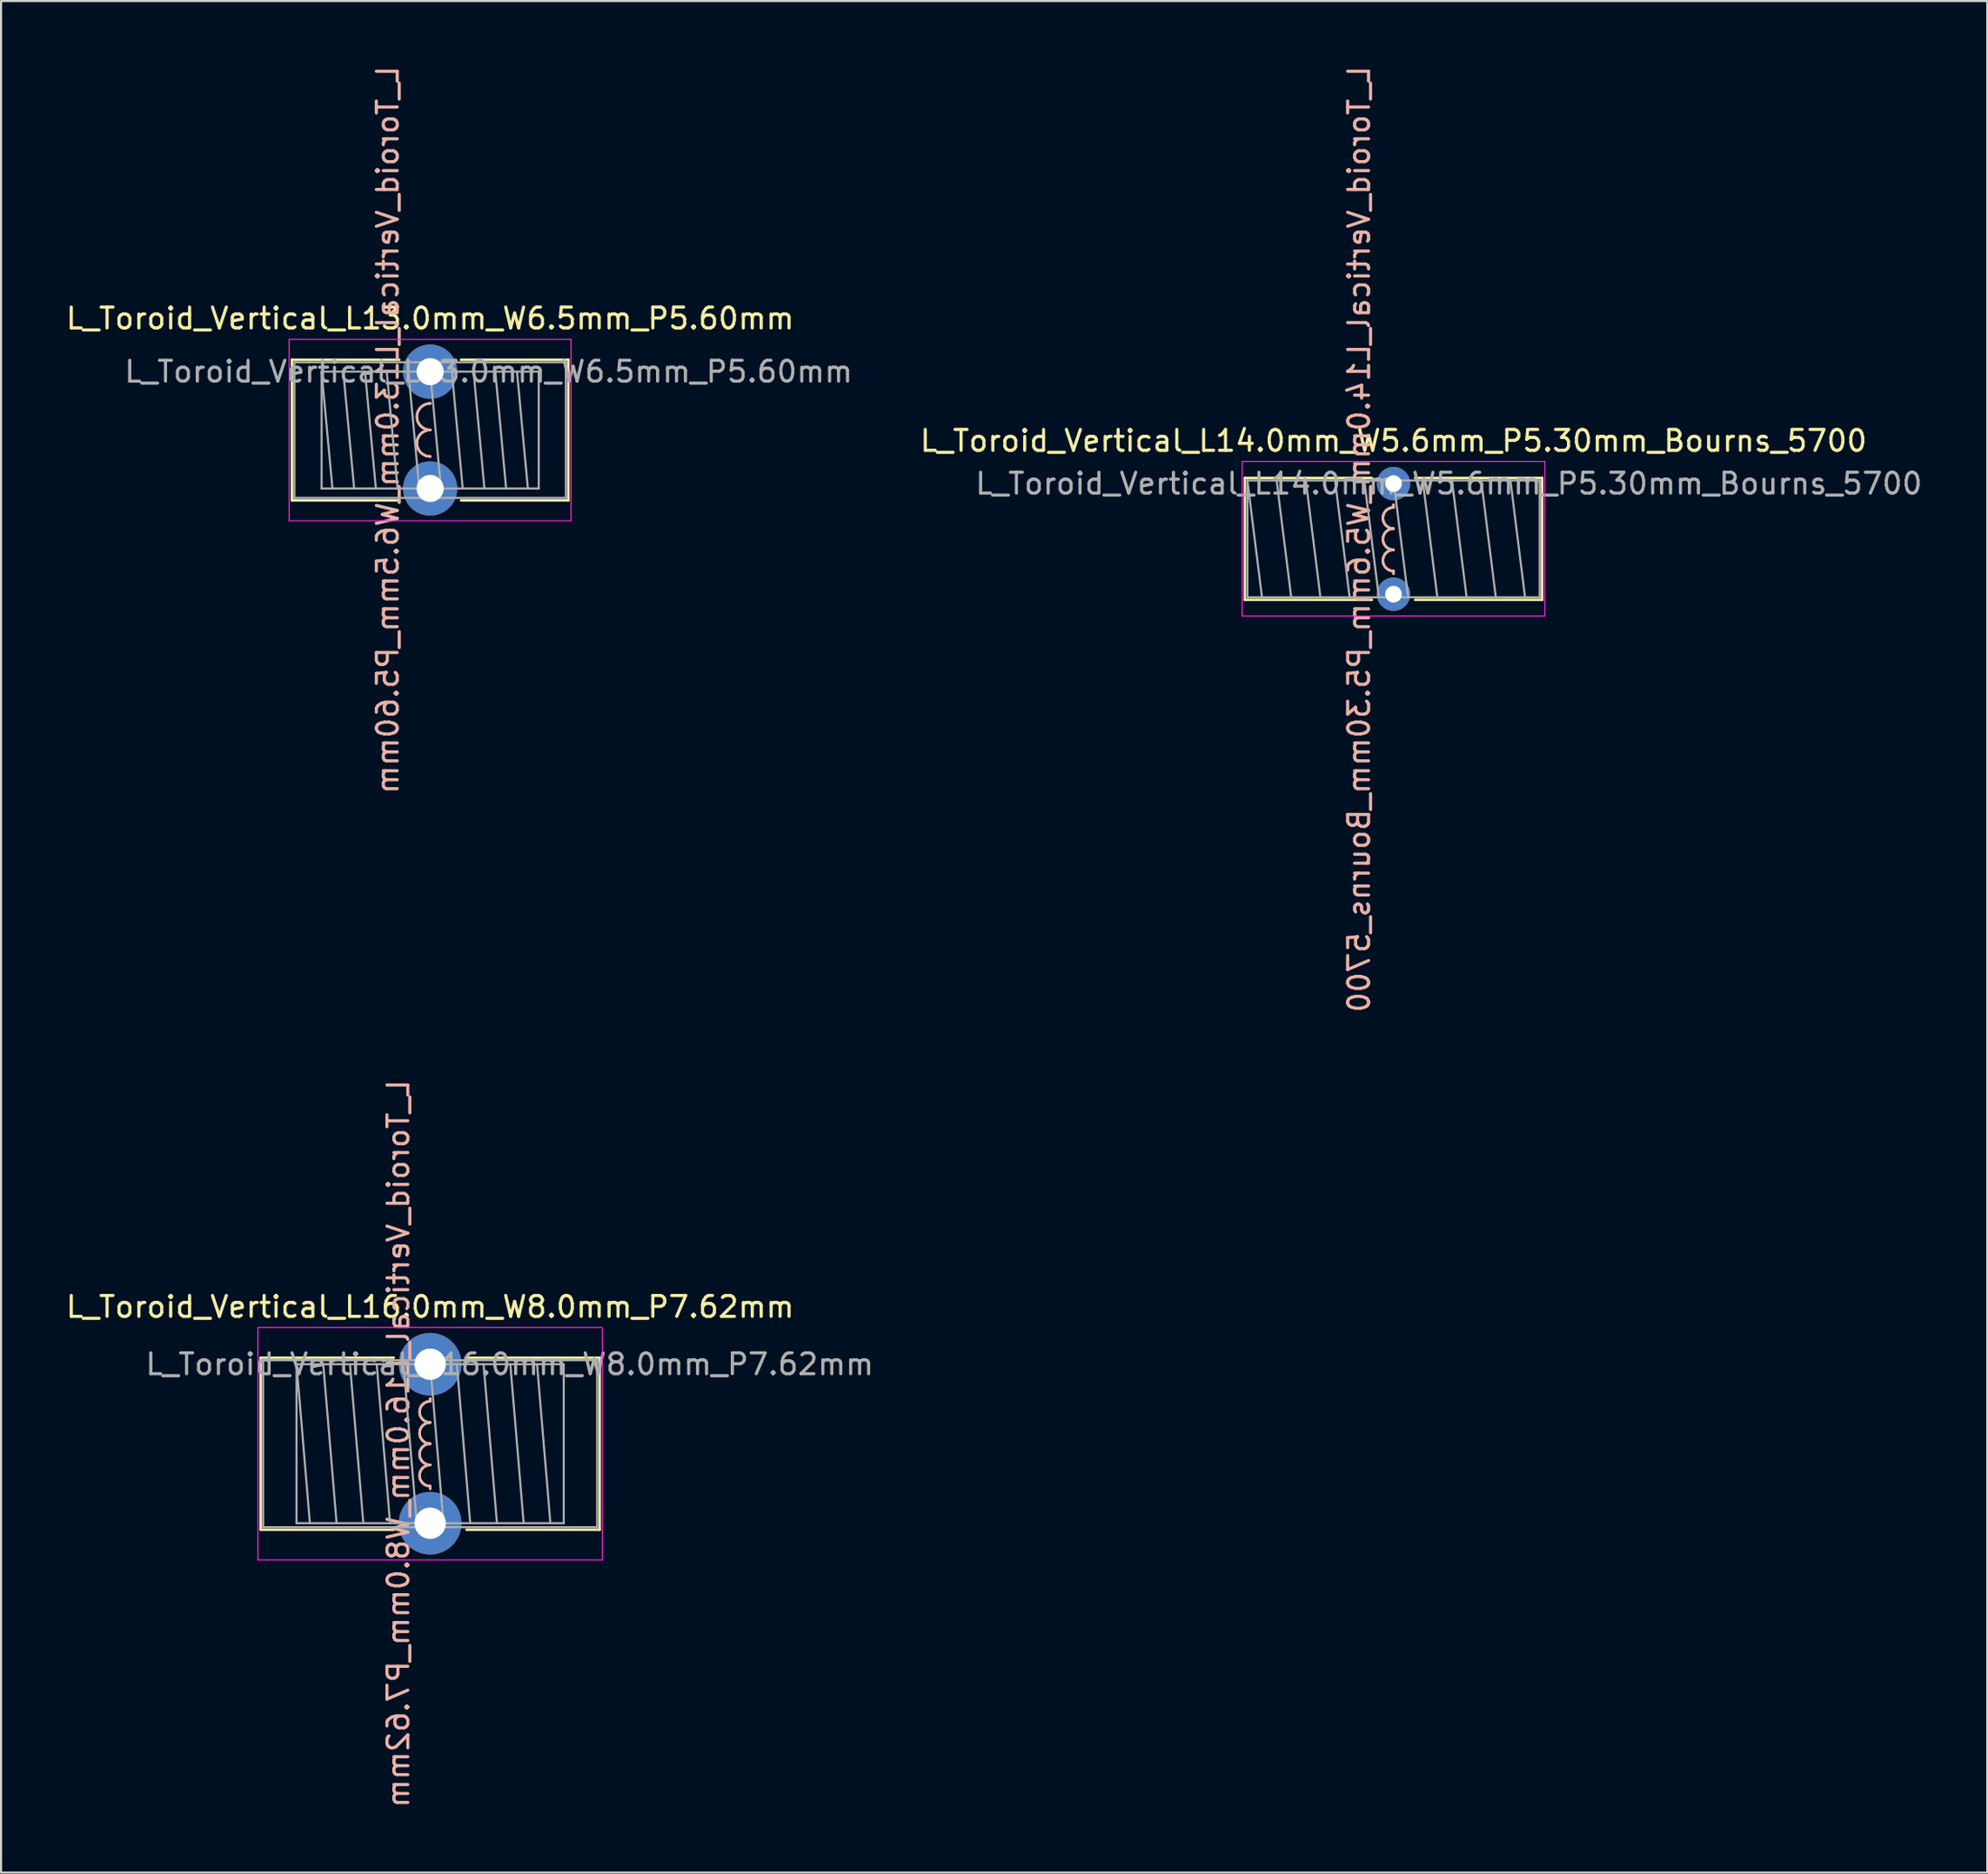
<source format=kicad_pcb>
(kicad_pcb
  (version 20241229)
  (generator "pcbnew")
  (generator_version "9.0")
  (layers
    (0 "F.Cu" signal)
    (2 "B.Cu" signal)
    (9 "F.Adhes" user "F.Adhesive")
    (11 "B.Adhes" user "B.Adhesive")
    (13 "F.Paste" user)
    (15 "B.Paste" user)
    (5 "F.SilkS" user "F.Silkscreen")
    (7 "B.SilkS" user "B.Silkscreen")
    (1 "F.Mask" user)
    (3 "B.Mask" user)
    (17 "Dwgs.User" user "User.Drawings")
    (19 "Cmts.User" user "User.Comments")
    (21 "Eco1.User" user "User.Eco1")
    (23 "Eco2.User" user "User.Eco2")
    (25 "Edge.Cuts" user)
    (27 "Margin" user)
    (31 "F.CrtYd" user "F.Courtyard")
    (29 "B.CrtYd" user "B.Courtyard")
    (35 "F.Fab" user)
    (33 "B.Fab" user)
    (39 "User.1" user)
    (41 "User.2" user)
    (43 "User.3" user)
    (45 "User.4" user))
  (footprint "L_Toroid_Vertical_L13.0mm_W6.5mm_P5.60mm"
    (layer "F.Cu")
    (at 17.554 14.76)
    (property "Reference" "L_Toroid_Vertical_L13.0mm_W6.5mm_P5.60mm" (at 0 -2.55 0) (layer "F.SilkS") (effects (font (size 1 1) (thickness 0.15))))
    (fp_line (start -6.62 -0.57) (end -6.62 6.17) (stroke (width 0.12) (type solid)) (layer "F.SilkS"))
    (fp_line (start -6.62 -0.57) (end -1.478 -0.57) (stroke (width 0.12) (type solid)) (layer "F.SilkS"))
    (fp_line (start -6.62 6.17) (end -1.478 6.17) (stroke (width 0.12) (type solid)) (layer "F.SilkS"))
    (fp_line (start 0 1.524) (end 0 1.524) (stroke (width 0.12) (type solid)) (layer "F.SilkS"))
    (fp_line (start 1.478 -0.57) (end 6.62 -0.57) (stroke (width 0.12) (type solid)) (layer "F.SilkS"))
    (fp_line (start 1.478 6.17) (end 6.62 6.17) (stroke (width 0.12) (type solid)) (layer "F.SilkS"))
    (fp_line (start 6.62 -0.57) (end 6.62 6.17) (stroke (width 0.12) (type solid)) (layer "F.SilkS"))
    (fp_arc (start 0 2.794) (mid -0.635 2.159) (end 0 1.524) (stroke (width 0.12) (type solid)) (layer "F.SilkS"))
    (fp_arc (start 0 4.064) (mid -0.635 3.429) (end 0 2.794) (stroke (width 0.12) (type solid)) (layer "F.SilkS"))
    (fp_line (start 0 4.064) (end 0 4.064) (stroke (width 0.12) (type solid)) (layer "B.SilkS"))
    (fp_arc (start 0 2.794) (mid -0.635 2.159) (end 0 1.524) (stroke (width 0.12) (type solid)) (layer "B.SilkS"))
    (fp_arc (start 0 4.064) (mid -0.635 3.429) (end 0 2.794) (stroke (width 0.12) (type solid)) (layer "B.SilkS"))
    (fp_line (start -6.75 -1.55) (end -6.75 7.15) (stroke (width 0.05) (type solid)) (layer "F.CrtYd"))
    (fp_line (start -6.75 7.15) (end 6.75 7.15) (stroke (width 0.05) (type solid)) (layer "F.CrtYd"))
    (fp_line (start 6.75 -1.55) (end -6.75 -1.55) (stroke (width 0.05) (type solid)) (layer "F.CrtYd"))
    (fp_line (start 6.75 7.15) (end 6.75 -1.55) (stroke (width 0.05) (type solid)) (layer "F.CrtYd"))
    (fp_line (start -6.5 -0.45) (end -6.5 6.05) (stroke (width 0.1) (type solid)) (layer "F.Fab"))
    (fp_line (start -6.5 6.05) (end 6.5 6.05) (stroke (width 0.1) (type solid)) (layer "F.Fab"))
    (fp_line (start -5.2 0) (end -5.2 5.6) (stroke (width 0.1) (type solid)) (layer "F.Fab"))
    (fp_line (start -5.2 0) (end -4.68 5.6) (stroke (width 0.1) (type solid)) (layer "F.Fab"))
    (fp_line (start -5.2 5.6) (end 5.2 5.6) (stroke (width 0.1) (type solid)) (layer "F.Fab"))
    (fp_line (start -4.16 0) (end -3.64 5.6) (stroke (width 0.1) (type solid)) (layer "F.Fab"))
    (fp_line (start -3.12 0) (end -2.6 5.6) (stroke (width 0.1) (type solid)) (layer "F.Fab"))
    (fp_line (start -2.08 0) (end -1.56 5.6) (stroke (width 0.1) (type solid)) (layer "F.Fab"))
    (fp_line (start -1.04 0) (end -0.52 5.6) (stroke (width 0.1) (type solid)) (layer "F.Fab"))
    (fp_line (start 0 0) (end 0.52 5.6) (stroke (width 0.1) (type solid)) (layer "F.Fab"))
    (fp_line (start 1.04 0) (end 1.56 5.6) (stroke (width 0.1) (type solid)) (layer "F.Fab"))
    (fp_line (start 2.08 0) (end 2.6 5.6) (stroke (width 0.1) (type solid)) (layer "F.Fab"))
    (fp_line (start 3.12 0) (end 3.64 5.6) (stroke (width 0.1) (type solid)) (layer "F.Fab"))
    (fp_line (start 4.16 0) (end 4.68 5.6) (stroke (width 0.1) (type solid)) (layer "F.Fab"))
    (fp_line (start 5.2 0) (end -5.2 0) (stroke (width 0.1) (type solid)) (layer "F.Fab"))
    (fp_line (start 5.2 5.6) (end 5.2 0) (stroke (width 0.1) (type solid)) (layer "F.Fab"))
    (fp_line (start 6.5 -0.45) (end -6.5 -0.45) (stroke (width 0.1) (type solid)) (layer "F.Fab"))
    (fp_line (start 6.5 6.05) (end 6.5 -0.45) (stroke (width 0.1) (type solid)) (layer "F.Fab"))
    (fp_text user "${REFERENCE}" (at -2.032 2.794 90) (layer "B.SilkS") (effects (font (size 1 1) (thickness 0.15)) (justify mirror)))
    (fp_text user "${REFERENCE}" (at 2.8 0 0) (layer "F.Fab") (effects (font (size 1 1) (thickness 0.15))))
    (pad "1" thru_hole circle (at 0 0) (size 2.6 2.6) (drill 1.3) (layers "*.Cu" "*.Mask"))
    (pad "2" thru_hole circle (at 0 5.6) (size 2.6 2.6) (drill 1.3) (layers "*.Cu" "*.Mask")))
  (footprint "L_Toroid_Vertical_L14.0mm_W5.6mm_P5.30mm_Bourns_5700"
    (layer "F.Cu")
    (at 63.699 20.125)
    (property "Reference" "L_Toroid_Vertical_L14.0mm_W5.6mm_P5.30mm_Bourns_5700" (at 0 -2.05 0) (layer "F.SilkS") (effects (font (size 1 1) (thickness 0.15))))
    (fp_line (start -7.12 -0.27) (end -7.12 5.57) (stroke (width 0.12) (type solid)) (layer "F.SilkS"))
    (fp_line (start -7.12 -0.27) (end -1.037 -0.27) (stroke (width 0.12) (type solid)) (layer "F.SilkS"))
    (fp_line (start -7.12 5.57) (end -1.037 5.57) (stroke (width 0.12) (type solid)) (layer "F.SilkS"))
    (fp_line (start 0 1.143) (end 0 1.016) (stroke (width 0.12) (type solid)) (layer "F.SilkS"))
    (fp_line (start 0 4.191) (end 0 4.318) (stroke (width 0.12) (type solid)) (layer "F.SilkS"))
    (fp_line (start 1.037 -0.27) (end 7.12 -0.27) (stroke (width 0.12) (type solid)) (layer "F.SilkS"))
    (fp_line (start 1.037 5.57) (end 7.12 5.57) (stroke (width 0.12) (type solid)) (layer "F.SilkS"))
    (fp_line (start 7.12 -0.27) (end 7.12 5.57) (stroke (width 0.12) (type solid)) (layer "F.SilkS"))
    (fp_arc (start 0 2.159) (mid -0.508 1.651) (end 0 1.143) (stroke (width 0.12) (type solid)) (layer "F.SilkS"))
    (fp_arc (start 0 3.175) (mid -0.508 2.667) (end 0 2.159) (stroke (width 0.12) (type solid)) (layer "F.SilkS"))
    (fp_arc (start 0 4.191) (mid -0.508 3.683) (end 0 3.175) (stroke (width 0.12) (type solid)) (layer "F.SilkS"))
    (fp_line (start 0 1.143) (end 0 1.016) (stroke (width 0.12) (type solid)) (layer "B.SilkS"))
    (fp_line (start 0 4.191) (end 0 4.318) (stroke (width 0.12) (type solid)) (layer "B.SilkS"))
    (fp_arc (start 0 2.159) (mid -0.508 1.651) (end 0 1.143) (stroke (width 0.12) (type solid)) (layer "B.SilkS"))
    (fp_arc (start 0 3.175) (mid -0.508 2.667) (end 0 2.159) (stroke (width 0.12) (type solid)) (layer "B.SilkS"))
    (fp_arc (start 0 4.191) (mid -0.508 3.683) (end 0 3.175) (stroke (width 0.12) (type solid)) (layer "B.SilkS"))
    (fp_line (start -7.25 -1.06) (end -7.25 6.35) (stroke (width 0.05) (type solid)) (layer "F.CrtYd"))
    (fp_line (start -7.25 6.35) (end 7.25 6.35) (stroke (width 0.05) (type solid)) (layer "F.CrtYd"))
    (fp_line (start 7.25 -1.06) (end -7.25 -1.06) (stroke (width 0.05) (type solid)) (layer "F.CrtYd"))
    (fp_line (start 7.25 6.35) (end 7.25 -1.06) (stroke (width 0.05) (type solid)) (layer "F.CrtYd"))
    (fp_line (start -7 -0.15) (end -7 5.45) (stroke (width 0.1) (type solid)) (layer "F.Fab"))
    (fp_line (start -7 -0.15) (end -6.3 5.45) (stroke (width 0.1) (type solid)) (layer "F.Fab"))
    (fp_line (start -7 5.45) (end 7 5.45) (stroke (width 0.1) (type solid)) (layer "F.Fab"))
    (fp_line (start -5.6 -0.15) (end -4.9 5.45) (stroke (width 0.1) (type solid)) (layer "F.Fab"))
    (fp_line (start -4.2 -0.15) (end -3.5 5.45) (stroke (width 0.1) (type solid)) (layer "F.Fab"))
    (fp_line (start -2.8 -0.15) (end -2.1 5.45) (stroke (width 0.1) (type solid)) (layer "F.Fab"))
    (fp_line (start -1.4 -0.15) (end -0.7 5.45) (stroke (width 0.1) (type solid)) (layer "F.Fab"))
    (fp_line (start 0 -0.15) (end 0.7 5.45) (stroke (width 0.1) (type solid)) (layer "F.Fab"))
    (fp_line (start 1.4 -0.15) (end 2.1 5.45) (stroke (width 0.1) (type solid)) (layer "F.Fab"))
    (fp_line (start 2.8 -0.15) (end 3.5 5.45) (stroke (width 0.1) (type solid)) (layer "F.Fab"))
    (fp_line (start 4.2 -0.15) (end 4.9 5.45) (stroke (width 0.1) (type solid)) (layer "F.Fab"))
    (fp_line (start 5.6 -0.15) (end 6.3 5.45) (stroke (width 0.1) (type solid)) (layer "F.Fab"))
    (fp_line (start 7 -0.15) (end -7 -0.15) (stroke (width 0.1) (type solid)) (layer "F.Fab"))
    (fp_line (start 7 5.45) (end 7 -0.15) (stroke (width 0.1) (type solid)) (layer "F.Fab"))
    (fp_text user "${REFERENCE}" (at -1.651 2.667 90) (layer "B.SilkS") (effects (font (size 1 1) (thickness 0.15)) (justify mirror)))
    (fp_text user "${REFERENCE}" (at 2.65 0 0) (layer "F.Fab") (effects (font (size 1 1) (thickness 0.15))))
    (pad "1" thru_hole circle (at 0 0) (size 1.6 1.6) (drill 0.8) (layers "*.Cu" "*.Mask"))
    (pad "2" thru_hole circle (at 0 5.3) (size 1.6 1.6) (drill 0.8) (layers "*.Cu" "*.Mask")))
  (footprint "L_Toroid_Vertical_L16.0mm_W8.0mm_P7.62mm"
    (layer "F.Cu")
    (at 17.554 62.327)
    (property "Reference" "L_Toroid_Vertical_L16.0mm_W8.0mm_P7.62mm" (at 0 -2.75 0) (layer "F.SilkS") (effects (font (size 1 1) (thickness 0.15))))
    (fp_line (start -8.12 -0.31) (end -8.12 7.93) (stroke (width 0.12) (type solid)) (layer "F.SilkS"))
    (fp_line (start -8.12 -0.31) (end -1.742 -0.31) (stroke (width 0.12) (type solid)) (layer "F.SilkS"))
    (fp_line (start -8.12 7.93) (end -1.742 7.93) (stroke (width 0.12) (type solid)) (layer "F.SilkS"))
    (fp_line (start 0 1.778) (end 0 1.651) (stroke (width 0.12) (type solid)) (layer "F.SilkS"))
    (fp_line (start 0 5.842) (end 0 5.969) (stroke (width 0.12) (type solid)) (layer "F.SilkS"))
    (fp_line (start 1.742 -0.31) (end 8.12 -0.31) (stroke (width 0.12) (type solid)) (layer "F.SilkS"))
    (fp_line (start 1.742 7.93) (end 8.12 7.93) (stroke (width 0.12) (type solid)) (layer "F.SilkS"))
    (fp_line (start 8.12 -0.31) (end 8.12 7.93) (stroke (width 0.12) (type solid)) (layer "F.SilkS"))
    (fp_arc (start 0 2.794) (mid -0.508 2.286) (end 0 1.778) (stroke (width 0.12) (type solid)) (layer "F.SilkS"))
    (fp_arc (start 0 3.81) (mid -0.508 3.302) (end 0 2.794) (stroke (width 0.12) (type solid)) (layer "F.SilkS"))
    (fp_arc (start 0 4.826) (mid -0.508 4.318) (end 0 3.81) (stroke (width 0.12) (type solid)) (layer "F.SilkS"))
    (fp_arc (start 0 5.842) (mid -0.508 5.334) (end 0 4.826) (stroke (width 0.12) (type solid)) (layer "F.SilkS"))
    (fp_line (start 0 1.778) (end 0 1.651) (stroke (width 0.12) (type solid)) (layer "B.SilkS"))
    (fp_line (start 0 5.842) (end 0 5.969) (stroke (width 0.12) (type solid)) (layer "B.SilkS"))
    (fp_arc (start 0 2.794) (mid -0.508 2.286) (end 0 1.778) (stroke (width 0.12) (type solid)) (layer "B.SilkS"))
    (fp_arc (start 0 3.81) (mid -0.508 3.302) (end 0 2.794) (stroke (width 0.12) (type solid)) (layer "B.SilkS"))
    (fp_arc (start 0 4.826) (mid -0.508 4.318) (end 0 3.81) (stroke (width 0.12) (type solid)) (layer "B.SilkS"))
    (fp_arc (start 0 5.842) (mid -0.508 5.334) (end 0 4.826) (stroke (width 0.12) (type solid)) (layer "B.SilkS"))
    (fp_line (start -8.25 -1.76) (end -8.25 9.38) (stroke (width 0.05) (type solid)) (layer "F.CrtYd"))
    (fp_line (start -8.25 9.38) (end 8.25 9.38) (stroke (width 0.05) (type solid)) (layer "F.CrtYd"))
    (fp_line (start 8.25 -1.76) (end -8.25 -1.76) (stroke (width 0.05) (type solid)) (layer "F.CrtYd"))
    (fp_line (start 8.25 9.38) (end 8.25 -1.76) (stroke (width 0.05) (type solid)) (layer "F.CrtYd"))
    (fp_line (start -8 -0.19) (end -8 7.81) (stroke (width 0.1) (type solid)) (layer "F.Fab"))
    (fp_line (start -8 7.81) (end 8 7.81) (stroke (width 0.1) (type solid)) (layer "F.Fab"))
    (fp_line (start -6.4 0) (end -6.4 7.62) (stroke (width 0.1) (type solid)) (layer "F.Fab"))
    (fp_line (start -6.4 0) (end -5.76 7.62) (stroke (width 0.1) (type solid)) (layer "F.Fab"))
    (fp_line (start -6.4 7.62) (end 6.4 7.62) (stroke (width 0.1) (type solid)) (layer "F.Fab"))
    (fp_line (start -5.12 0) (end -4.48 7.62) (stroke (width 0.1) (type solid)) (layer "F.Fab"))
    (fp_line (start -3.84 0) (end -3.2 7.62) (stroke (width 0.1) (type solid)) (layer "F.Fab"))
    (fp_line (start -2.56 0) (end -1.92 7.62) (stroke (width 0.1) (type solid)) (layer "F.Fab"))
    (fp_line (start -1.28 0) (end -0.64 7.62) (stroke (width 0.1) (type solid)) (layer "F.Fab"))
    (fp_line (start 0 0) (end 0.64 7.62) (stroke (width 0.1) (type solid)) (layer "F.Fab"))
    (fp_line (start 1.28 0) (end 1.92 7.62) (stroke (width 0.1) (type solid)) (layer "F.Fab"))
    (fp_line (start 2.56 0) (end 3.2 7.62) (stroke (width 0.1) (type solid)) (layer "F.Fab"))
    (fp_line (start 3.84 0) (end 4.48 7.62) (stroke (width 0.1) (type solid)) (layer "F.Fab"))
    (fp_line (start 5.12 0) (end 5.76 7.62) (stroke (width 0.1) (type solid)) (layer "F.Fab"))
    (fp_line (start 6.4 0) (end -6.4 0) (stroke (width 0.1) (type solid)) (layer "F.Fab"))
    (fp_line (start 6.4 7.62) (end 6.4 0) (stroke (width 0.1) (type solid)) (layer "F.Fab"))
    (fp_line (start 8 -0.19) (end -8 -0.19) (stroke (width 0.1) (type solid)) (layer "F.Fab"))
    (fp_line (start 8 7.81) (end 8 -0.19) (stroke (width 0.1) (type solid)) (layer "F.Fab"))
    (fp_text user "${REFERENCE}" (at -1.524 3.81 90) (layer "B.SilkS") (effects (font (size 1 1) (thickness 0.15)) (justify mirror)))
    (fp_text user "${REFERENCE}" (at 3.81 0 0) (layer "F.Fab") (effects (font (size 1 1) (thickness 0.15))))
    (pad "1" thru_hole circle (at 0 0) (size 3 3) (drill 1.5) (layers "*.Cu" "*.Mask"))
    (pad "2" thru_hole circle (at 0 7.62) (size 3 3) (drill 1.5) (layers "*.Cu" "*.Mask")))
  (gr_rect
    (start -3 -3)
    (end 92.14 86.69)
    (stroke (width 0.1) (type default))
    (fill no)
    (layer "Edge.Cuts")))
</source>
